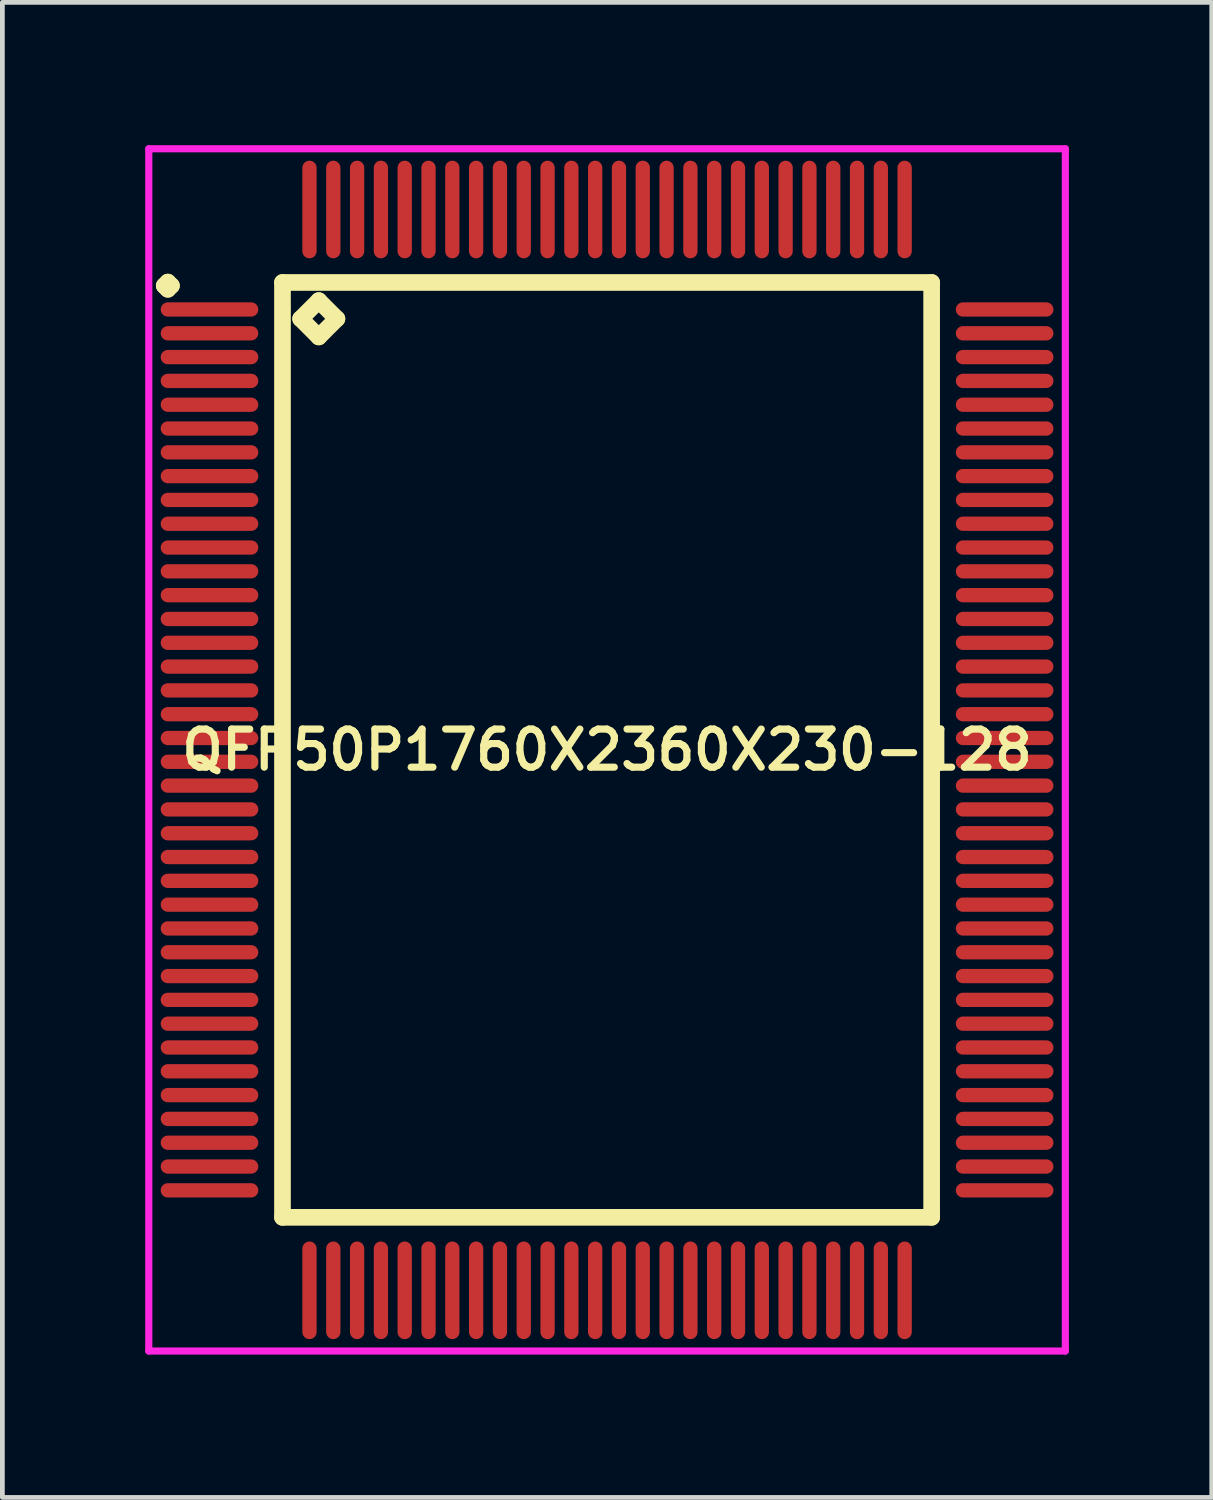
<source format=kicad_pcb>
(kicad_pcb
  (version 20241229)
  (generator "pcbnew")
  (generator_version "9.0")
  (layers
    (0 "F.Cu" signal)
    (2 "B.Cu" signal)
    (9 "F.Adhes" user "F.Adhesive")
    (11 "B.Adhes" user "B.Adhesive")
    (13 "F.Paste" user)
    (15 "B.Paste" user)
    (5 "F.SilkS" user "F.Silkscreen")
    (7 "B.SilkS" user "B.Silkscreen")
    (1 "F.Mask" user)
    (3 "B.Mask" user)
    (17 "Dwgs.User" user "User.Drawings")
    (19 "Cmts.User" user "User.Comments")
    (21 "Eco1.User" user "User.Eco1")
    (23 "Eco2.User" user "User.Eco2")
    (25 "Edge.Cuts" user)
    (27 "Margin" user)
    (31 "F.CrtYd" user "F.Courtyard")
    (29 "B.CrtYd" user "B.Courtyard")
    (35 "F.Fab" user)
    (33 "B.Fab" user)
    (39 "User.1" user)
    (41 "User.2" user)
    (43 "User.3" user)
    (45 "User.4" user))
  (footprint "QFP50P1760X2360X230-128"
    (layer "F.Cu")
    (at 9.7 12.7)
    (property "Reference" "QFP50P1760X2360X230-128" (at 0 0 0) (layer "F.SilkS") (effects (font (size 0.8 0.8) (thickness 0.15))))
    (attr through_hole)
    (fp_line (start -9.3 -9.75) (end -9.225 -9.825) (stroke (width 0.35) (type solid)) (layer "F.SilkS"))
    (fp_line (start -9.225 -9.825) (end -9.15 -9.75) (stroke (width 0.35) (type solid)) (layer "F.SilkS"))
    (fp_line (start -9.225 -9.675) (end -9.3 -9.75) (stroke (width 0.35) (type solid)) (layer "F.SilkS"))
    (fp_line (start -9.15 -9.75) (end -9.225 -9.675) (stroke (width 0.35) (type solid)) (layer "F.SilkS"))
    (fp_line (start -6.817 -9.817) (end -6.817 9.817) (stroke (width 0.35) (type solid)) (layer "F.SilkS"))
    (fp_line (start -6.817 9.817) (end 6.817 9.817) (stroke (width 0.35) (type solid)) (layer "F.SilkS"))
    (fp_line (start -6.436 -9.055) (end -6.055 -9.436) (stroke (width 0.35) (type solid)) (layer "F.SilkS"))
    (fp_line (start -6.055 -9.436) (end -5.674 -9.055) (stroke (width 0.35) (type solid)) (layer "F.SilkS"))
    (fp_line (start -6.055 -8.674) (end -6.436 -9.055) (stroke (width 0.35) (type solid)) (layer "F.SilkS"))
    (fp_line (start -5.674 -9.055) (end -6.055 -8.674) (stroke (width 0.35) (type solid)) (layer "F.SilkS"))
    (fp_line (start 6.817 -9.817) (end -6.817 -9.817) (stroke (width 0.35) (type solid)) (layer "F.SilkS"))
    (fp_line (start 6.817 9.817) (end 6.817 -9.817) (stroke (width 0.35) (type solid)) (layer "F.SilkS"))
    (fp_line (start -9.625 -12.625) (end 9.625 -12.625) (stroke (width 0.15) (type solid)) (layer "F.CrtYd"))
    (fp_line (start -9.625 12.625) (end -9.625 -12.625) (stroke (width 0.15) (type solid)) (layer "F.CrtYd"))
    (fp_line (start 9.625 -12.625) (end 9.625 12.625) (stroke (width 0.15) (type solid)) (layer "F.CrtYd"))
    (fp_line (start 9.625 12.625) (end -9.625 12.625) (stroke (width 0.15) (type solid)) (layer "F.CrtYd"))
    (pad "1" smd oval (at -8.35 -9.25) (size 2.05 0.3) (layers "F.Cu" "F.Mask" "F.Paste"))
    (pad "2" smd oval (at -8.35 -8.75) (size 2.05 0.3) (layers "F.Cu" "F.Mask" "F.Paste"))
    (pad "3" smd oval (at -8.35 -8.25) (size 2.05 0.3) (layers "F.Cu" "F.Mask" "F.Paste"))
    (pad "4" smd oval (at -8.35 -7.75) (size 2.05 0.3) (layers "F.Cu" "F.Mask" "F.Paste"))
    (pad "5" smd oval (at -8.35 -7.25) (size 2.05 0.3) (layers "F.Cu" "F.Mask" "F.Paste"))
    (pad "6" smd oval (at -8.35 -6.75) (size 2.05 0.3) (layers "F.Cu" "F.Mask" "F.Paste"))
    (pad "7" smd oval (at -8.35 -6.25) (size 2.05 0.3) (layers "F.Cu" "F.Mask" "F.Paste"))
    (pad "8" smd oval (at -8.35 -5.75) (size 2.05 0.3) (layers "F.Cu" "F.Mask" "F.Paste"))
    (pad "9" smd oval (at -8.35 -5.25) (size 2.05 0.3) (layers "F.Cu" "F.Mask" "F.Paste"))
    (pad "10" smd oval (at -8.35 -4.75) (size 2.05 0.3) (layers "F.Cu" "F.Mask" "F.Paste"))
    (pad "11" smd oval (at -8.35 -4.25) (size 2.05 0.3) (layers "F.Cu" "F.Mask" "F.Paste"))
    (pad "12" smd oval (at -8.35 -3.75) (size 2.05 0.3) (layers "F.Cu" "F.Mask" "F.Paste"))
    (pad "13" smd oval (at -8.35 -3.25) (size 2.05 0.3) (layers "F.Cu" "F.Mask" "F.Paste"))
    (pad "14" smd oval (at -8.35 -2.75) (size 2.05 0.3) (layers "F.Cu" "F.Mask" "F.Paste"))
    (pad "15" smd oval (at -8.35 -2.25) (size 2.05 0.3) (layers "F.Cu" "F.Mask" "F.Paste"))
    (pad "16" smd oval (at -8.35 -1.75) (size 2.05 0.3) (layers "F.Cu" "F.Mask" "F.Paste"))
    (pad "17" smd oval (at -8.35 -1.25) (size 2.05 0.3) (layers "F.Cu" "F.Mask" "F.Paste"))
    (pad "18" smd oval (at -8.35 -0.75) (size 2.05 0.3) (layers "F.Cu" "F.Mask" "F.Paste"))
    (pad "19" smd oval (at -8.35 -0.25) (size 2.05 0.3) (layers "F.Cu" "F.Mask" "F.Paste"))
    (pad "20" smd oval (at -8.35 0.25) (size 2.05 0.3) (layers "F.Cu" "F.Mask" "F.Paste"))
    (pad "21" smd oval (at -8.35 0.75) (size 2.05 0.3) (layers "F.Cu" "F.Mask" "F.Paste"))
    (pad "22" smd oval (at -8.35 1.25) (size 2.05 0.3) (layers "F.Cu" "F.Mask" "F.Paste"))
    (pad "23" smd oval (at -8.35 1.75) (size 2.05 0.3) (layers "F.Cu" "F.Mask" "F.Paste"))
    (pad "24" smd oval (at -8.35 2.25) (size 2.05 0.3) (layers "F.Cu" "F.Mask" "F.Paste"))
    (pad "25" smd oval (at -8.35 2.75) (size 2.05 0.3) (layers "F.Cu" "F.Mask" "F.Paste"))
    (pad "26" smd oval (at -8.35 3.25) (size 2.05 0.3) (layers "F.Cu" "F.Mask" "F.Paste"))
    (pad "27" smd oval (at -8.35 3.75) (size 2.05 0.3) (layers "F.Cu" "F.Mask" "F.Paste"))
    (pad "28" smd oval (at -8.35 4.25) (size 2.05 0.3) (layers "F.Cu" "F.Mask" "F.Paste"))
    (pad "29" smd oval (at -8.35 4.75) (size 2.05 0.3) (layers "F.Cu" "F.Mask" "F.Paste"))
    (pad "30" smd oval (at -8.35 5.25) (size 2.05 0.3) (layers "F.Cu" "F.Mask" "F.Paste"))
    (pad "31" smd oval (at -8.35 5.75) (size 2.05 0.3) (layers "F.Cu" "F.Mask" "F.Paste"))
    (pad "32" smd oval (at -8.35 6.25) (size 2.05 0.3) (layers "F.Cu" "F.Mask" "F.Paste"))
    (pad "33" smd oval (at -8.35 6.75) (size 2.05 0.3) (layers "F.Cu" "F.Mask" "F.Paste"))
    (pad "34" smd oval (at -8.35 7.25) (size 2.05 0.3) (layers "F.Cu" "F.Mask" "F.Paste"))
    (pad "35" smd oval (at -8.35 7.75) (size 2.05 0.3) (layers "F.Cu" "F.Mask" "F.Paste"))
    (pad "36" smd oval (at -8.35 8.25) (size 2.05 0.3) (layers "F.Cu" "F.Mask" "F.Paste"))
    (pad "37" smd oval (at -8.35 8.75) (size 2.05 0.3) (layers "F.Cu" "F.Mask" "F.Paste"))
    (pad "38" smd oval (at -8.35 9.25) (size 2.05 0.3) (layers "F.Cu" "F.Mask" "F.Paste"))
    (pad "39" smd oval (at -6.25 11.35) (size 0.3 2.05) (layers "F.Cu" "F.Mask" "F.Paste"))
    (pad "40" smd oval (at -5.75 11.35) (size 0.3 2.05) (layers "F.Cu" "F.Mask" "F.Paste"))
    (pad "41" smd oval (at -5.25 11.35) (size 0.3 2.05) (layers "F.Cu" "F.Mask" "F.Paste"))
    (pad "42" smd oval (at -4.75 11.35) (size 0.3 2.05) (layers "F.Cu" "F.Mask" "F.Paste"))
    (pad "43" smd oval (at -4.25 11.35) (size 0.3 2.05) (layers "F.Cu" "F.Mask" "F.Paste"))
    (pad "44" smd oval (at -3.75 11.35) (size 0.3 2.05) (layers "F.Cu" "F.Mask" "F.Paste"))
    (pad "45" smd oval (at -3.25 11.35) (size 0.3 2.05) (layers "F.Cu" "F.Mask" "F.Paste"))
    (pad "46" smd oval (at -2.75 11.35) (size 0.3 2.05) (layers "F.Cu" "F.Mask" "F.Paste"))
    (pad "47" smd oval (at -2.25 11.35) (size 0.3 2.05) (layers "F.Cu" "F.Mask" "F.Paste"))
    (pad "48" smd oval (at -1.75 11.35) (size 0.3 2.05) (layers "F.Cu" "F.Mask" "F.Paste"))
    (pad "49" smd oval (at -1.25 11.35) (size 0.3 2.05) (layers "F.Cu" "F.Mask" "F.Paste"))
    (pad "50" smd oval (at -0.75 11.35) (size 0.3 2.05) (layers "F.Cu" "F.Mask" "F.Paste"))
    (pad "51" smd oval (at -0.25 11.35) (size 0.3 2.05) (layers "F.Cu" "F.Mask" "F.Paste"))
    (pad "52" smd oval (at 0.25 11.35) (size 0.3 2.05) (layers "F.Cu" "F.Mask" "F.Paste"))
    (pad "53" smd oval (at 0.75 11.35) (size 0.3 2.05) (layers "F.Cu" "F.Mask" "F.Paste"))
    (pad "54" smd oval (at 1.25 11.35) (size 0.3 2.05) (layers "F.Cu" "F.Mask" "F.Paste"))
    (pad "55" smd oval (at 1.75 11.35) (size 0.3 2.05) (layers "F.Cu" "F.Mask" "F.Paste"))
    (pad "56" smd oval (at 2.25 11.35) (size 0.3 2.05) (layers "F.Cu" "F.Mask" "F.Paste"))
    (pad "57" smd oval (at 2.75 11.35) (size 0.3 2.05) (layers "F.Cu" "F.Mask" "F.Paste"))
    (pad "58" smd oval (at 3.25 11.35) (size 0.3 2.05) (layers "F.Cu" "F.Mask" "F.Paste"))
    (pad "59" smd oval (at 3.75 11.35) (size 0.3 2.05) (layers "F.Cu" "F.Mask" "F.Paste"))
    (pad "60" smd oval (at 4.25 11.35) (size 0.3 2.05) (layers "F.Cu" "F.Mask" "F.Paste"))
    (pad "61" smd oval (at 4.75 11.35) (size 0.3 2.05) (layers "F.Cu" "F.Mask" "F.Paste"))
    (pad "62" smd oval (at 5.25 11.35) (size 0.3 2.05) (layers "F.Cu" "F.Mask" "F.Paste"))
    (pad "63" smd oval (at 5.75 11.35) (size 0.3 2.05) (layers "F.Cu" "F.Mask" "F.Paste"))
    (pad "64" smd oval (at 6.25 11.35) (size 0.3 2.05) (layers "F.Cu" "F.Mask" "F.Paste"))
    (pad "65" smd oval (at 8.35 9.25) (size 2.05 0.3) (layers "F.Cu" "F.Mask" "F.Paste"))
    (pad "66" smd oval (at 8.35 8.75) (size 2.05 0.3) (layers "F.Cu" "F.Mask" "F.Paste"))
    (pad "67" smd oval (at 8.35 8.25) (size 2.05 0.3) (layers "F.Cu" "F.Mask" "F.Paste"))
    (pad "68" smd oval (at 8.35 7.75) (size 2.05 0.3) (layers "F.Cu" "F.Mask" "F.Paste"))
    (pad "69" smd oval (at 8.35 7.25) (size 2.05 0.3) (layers "F.Cu" "F.Mask" "F.Paste"))
    (pad "70" smd oval (at 8.35 6.75) (size 2.05 0.3) (layers "F.Cu" "F.Mask" "F.Paste"))
    (pad "71" smd oval (at 8.35 6.25) (size 2.05 0.3) (layers "F.Cu" "F.Mask" "F.Paste"))
    (pad "72" smd oval (at 8.35 5.75) (size 2.05 0.3) (layers "F.Cu" "F.Mask" "F.Paste"))
    (pad "73" smd oval (at 8.35 5.25) (size 2.05 0.3) (layers "F.Cu" "F.Mask" "F.Paste"))
    (pad "74" smd oval (at 8.35 4.75) (size 2.05 0.3) (layers "F.Cu" "F.Mask" "F.Paste"))
    (pad "75" smd oval (at 8.35 4.25) (size 2.05 0.3) (layers "F.Cu" "F.Mask" "F.Paste"))
    (pad "76" smd oval (at 8.35 3.75) (size 2.05 0.3) (layers "F.Cu" "F.Mask" "F.Paste"))
    (pad "77" smd oval (at 8.35 3.25) (size 2.05 0.3) (layers "F.Cu" "F.Mask" "F.Paste"))
    (pad "78" smd oval (at 8.35 2.75) (size 2.05 0.3) (layers "F.Cu" "F.Mask" "F.Paste"))
    (pad "79" smd oval (at 8.35 2.25) (size 2.05 0.3) (layers "F.Cu" "F.Mask" "F.Paste"))
    (pad "80" smd oval (at 8.35 1.75) (size 2.05 0.3) (layers "F.Cu" "F.Mask" "F.Paste"))
    (pad "81" smd oval (at 8.35 1.25) (size 2.05 0.3) (layers "F.Cu" "F.Mask" "F.Paste"))
    (pad "82" smd oval (at 8.35 0.75) (size 2.05 0.3) (layers "F.Cu" "F.Mask" "F.Paste"))
    (pad "83" smd oval (at 8.35 0.25) (size 2.05 0.3) (layers "F.Cu" "F.Mask" "F.Paste"))
    (pad "84" smd oval (at 8.35 -0.25) (size 2.05 0.3) (layers "F.Cu" "F.Mask" "F.Paste"))
    (pad "85" smd oval (at 8.35 -0.75) (size 2.05 0.3) (layers "F.Cu" "F.Mask" "F.Paste"))
    (pad "86" smd oval (at 8.35 -1.25) (size 2.05 0.3) (layers "F.Cu" "F.Mask" "F.Paste"))
    (pad "87" smd oval (at 8.35 -1.75) (size 2.05 0.3) (layers "F.Cu" "F.Mask" "F.Paste"))
    (pad "88" smd oval (at 8.35 -2.25) (size 2.05 0.3) (layers "F.Cu" "F.Mask" "F.Paste"))
    (pad "89" smd oval (at 8.35 -2.75) (size 2.05 0.3) (layers "F.Cu" "F.Mask" "F.Paste"))
    (pad "90" smd oval (at 8.35 -3.25) (size 2.05 0.3) (layers "F.Cu" "F.Mask" "F.Paste"))
    (pad "91" smd oval (at 8.35 -3.75) (size 2.05 0.3) (layers "F.Cu" "F.Mask" "F.Paste"))
    (pad "92" smd oval (at 8.35 -4.25) (size 2.05 0.3) (layers "F.Cu" "F.Mask" "F.Paste"))
    (pad "93" smd oval (at 8.35 -4.75) (size 2.05 0.3) (layers "F.Cu" "F.Mask" "F.Paste"))
    (pad "94" smd oval (at 8.35 -5.25) (size 2.05 0.3) (layers "F.Cu" "F.Mask" "F.Paste"))
    (pad "95" smd oval (at 8.35 -5.75) (size 2.05 0.3) (layers "F.Cu" "F.Mask" "F.Paste"))
    (pad "96" smd oval (at 8.35 -6.25) (size 2.05 0.3) (layers "F.Cu" "F.Mask" "F.Paste"))
    (pad "97" smd oval (at 8.35 -6.75) (size 2.05 0.3) (layers "F.Cu" "F.Mask" "F.Paste"))
    (pad "98" smd oval (at 8.35 -7.25) (size 2.05 0.3) (layers "F.Cu" "F.Mask" "F.Paste"))
    (pad "99" smd oval (at 8.35 -7.75) (size 2.05 0.3) (layers "F.Cu" "F.Mask" "F.Paste"))
    (pad "100" smd oval (at 8.35 -8.25) (size 2.05 0.3) (layers "F.Cu" "F.Mask" "F.Paste"))
    (pad "101" smd oval (at 8.35 -8.75) (size 2.05 0.3) (layers "F.Cu" "F.Mask" "F.Paste"))
    (pad "102" smd oval (at 8.35 -9.25) (size 2.05 0.3) (layers "F.Cu" "F.Mask" "F.Paste"))
    (pad "103" smd oval (at 6.25 -11.35) (size 0.3 2.05) (layers "F.Cu" "F.Mask" "F.Paste"))
    (pad "104" smd oval (at 5.75 -11.35) (size 0.3 2.05) (layers "F.Cu" "F.Mask" "F.Paste"))
    (pad "105" smd oval (at 5.25 -11.35) (size 0.3 2.05) (layers "F.Cu" "F.Mask" "F.Paste"))
    (pad "106" smd oval (at 4.75 -11.35) (size 0.3 2.05) (layers "F.Cu" "F.Mask" "F.Paste"))
    (pad "107" smd oval (at 4.25 -11.35) (size 0.3 2.05) (layers "F.Cu" "F.Mask" "F.Paste"))
    (pad "108" smd oval (at 3.75 -11.35) (size 0.3 2.05) (layers "F.Cu" "F.Mask" "F.Paste"))
    (pad "109" smd oval (at 3.25 -11.35) (size 0.3 2.05) (layers "F.Cu" "F.Mask" "F.Paste"))
    (pad "110" smd oval (at 2.75 -11.35) (size 0.3 2.05) (layers "F.Cu" "F.Mask" "F.Paste"))
    (pad "111" smd oval (at 2.25 -11.35) (size 0.3 2.05) (layers "F.Cu" "F.Mask" "F.Paste"))
    (pad "112" smd oval (at 1.75 -11.35) (size 0.3 2.05) (layers "F.Cu" "F.Mask" "F.Paste"))
    (pad "113" smd oval (at 1.25 -11.35) (size 0.3 2.05) (layers "F.Cu" "F.Mask" "F.Paste"))
    (pad "114" smd oval (at 0.75 -11.35) (size 0.3 2.05) (layers "F.Cu" "F.Mask" "F.Paste"))
    (pad "115" smd oval (at 0.25 -11.35) (size 0.3 2.05) (layers "F.Cu" "F.Mask" "F.Paste"))
    (pad "116" smd oval (at -0.25 -11.35) (size 0.3 2.05) (layers "F.Cu" "F.Mask" "F.Paste"))
    (pad "117" smd oval (at -0.75 -11.35) (size 0.3 2.05) (layers "F.Cu" "F.Mask" "F.Paste"))
    (pad "118" smd oval (at -1.25 -11.35) (size 0.3 2.05) (layers "F.Cu" "F.Mask" "F.Paste"))
    (pad "119" smd oval (at -1.75 -11.35) (size 0.3 2.05) (layers "F.Cu" "F.Mask" "F.Paste"))
    (pad "120" smd oval (at -2.25 -11.35) (size 0.3 2.05) (layers "F.Cu" "F.Mask" "F.Paste"))
    (pad "121" smd oval (at -2.75 -11.35) (size 0.3 2.05) (layers "F.Cu" "F.Mask" "F.Paste"))
    (pad "122" smd oval (at -3.25 -11.35) (size 0.3 2.05) (layers "F.Cu" "F.Mask" "F.Paste"))
    (pad "123" smd oval (at -3.75 -11.35) (size 0.3 2.05) (layers "F.Cu" "F.Mask" "F.Paste"))
    (pad "124" smd oval (at -4.25 -11.35) (size 0.3 2.05) (layers "F.Cu" "F.Mask" "F.Paste"))
    (pad "125" smd oval (at -4.75 -11.35) (size 0.3 2.05) (layers "F.Cu" "F.Mask" "F.Paste"))
    (pad "126" smd oval (at -5.25 -11.35) (size 0.3 2.05) (layers "F.Cu" "F.Mask" "F.Paste"))
    (pad "127" smd oval (at -5.75 -11.35) (size 0.3 2.05) (layers "F.Cu" "F.Mask" "F.Paste"))
    (pad "128" smd oval (at -6.25 -11.35) (size 0.3 2.05) (layers "F.Cu" "F.Mask" "F.Paste")))
  (gr_rect
    (start -3 -3)
    (end 22.4 28.4)
    (stroke (width 0.1) (type default))
    (fill no)
    (layer "Edge.Cuts")))
</source>
